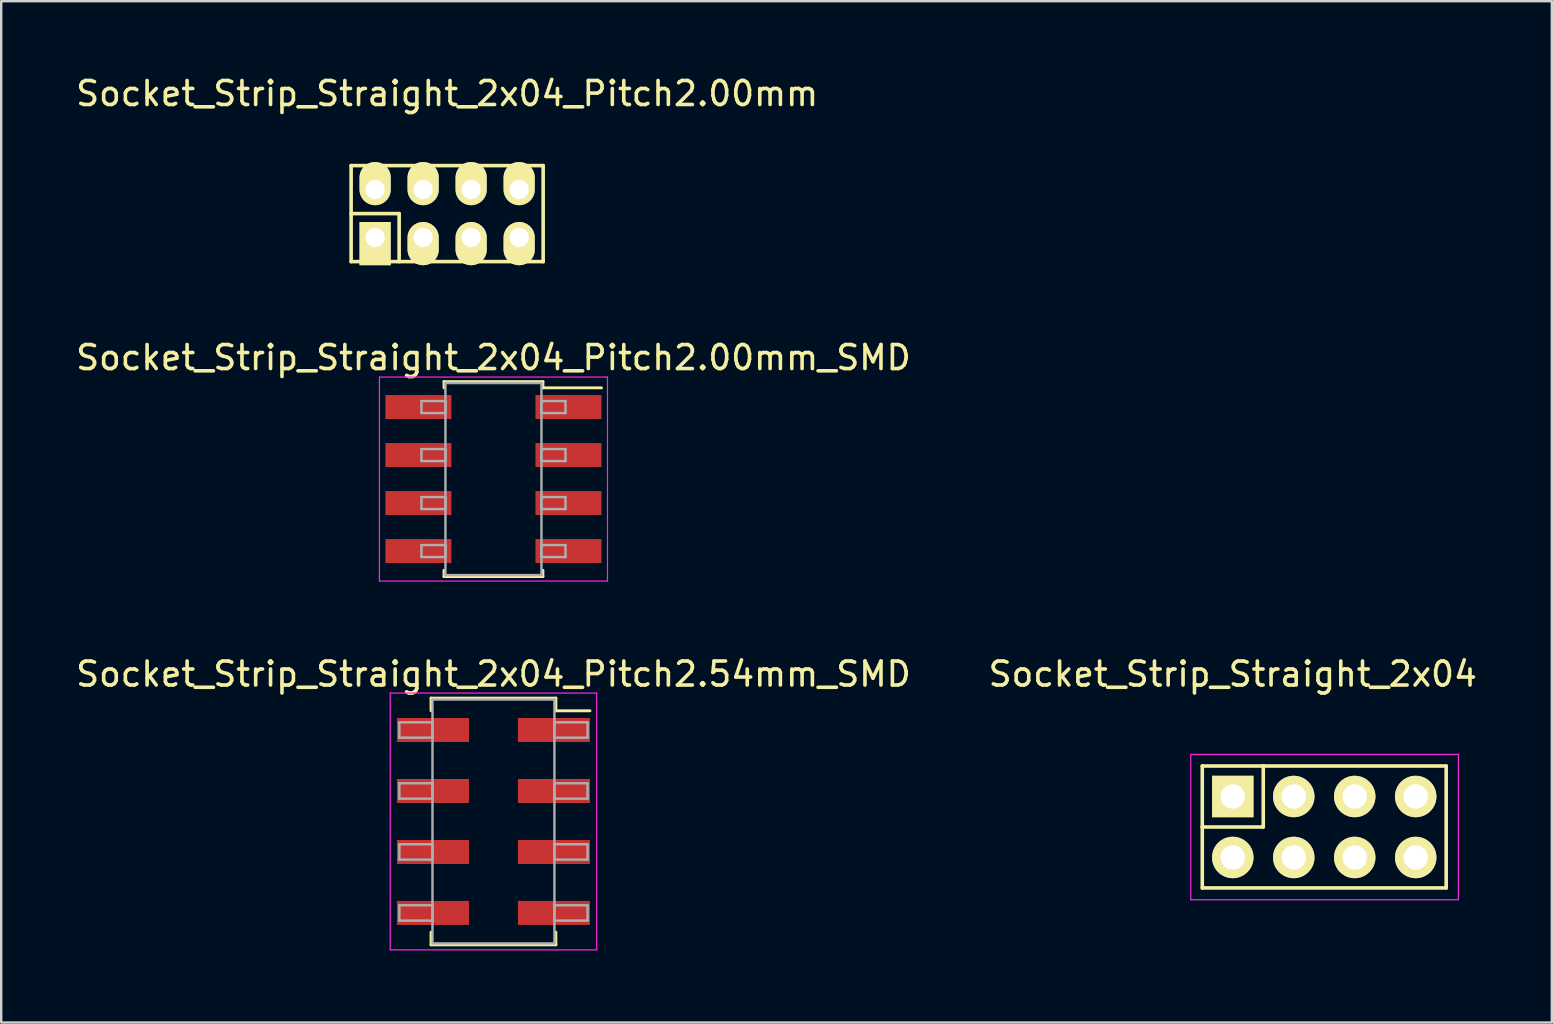
<source format=kicad_pcb>
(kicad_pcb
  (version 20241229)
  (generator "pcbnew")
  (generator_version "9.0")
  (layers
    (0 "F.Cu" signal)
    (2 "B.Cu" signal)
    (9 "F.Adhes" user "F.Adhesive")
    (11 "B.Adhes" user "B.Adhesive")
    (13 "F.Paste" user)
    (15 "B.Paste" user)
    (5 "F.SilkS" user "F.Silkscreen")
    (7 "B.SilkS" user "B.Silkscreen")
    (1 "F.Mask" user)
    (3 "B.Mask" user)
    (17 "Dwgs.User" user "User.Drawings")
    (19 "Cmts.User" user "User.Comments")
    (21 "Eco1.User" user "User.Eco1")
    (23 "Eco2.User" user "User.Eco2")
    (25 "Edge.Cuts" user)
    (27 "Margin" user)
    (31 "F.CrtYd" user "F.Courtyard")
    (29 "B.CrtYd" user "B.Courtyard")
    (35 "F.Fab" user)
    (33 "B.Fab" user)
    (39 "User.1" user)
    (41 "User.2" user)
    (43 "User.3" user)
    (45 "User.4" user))
  (footprint "Socket_Strip_Straight_2x04"
    (layer "F.Cu")
    (at 48.304 30.13)
    (property "Reference" "Socket_Strip_Straight_2x04" (at 0 -5.1 0) (layer "F.SilkS") (effects (font (size 1 1) (thickness 0.15))))
    (attr through_hole)
    (fp_line (start -1.27 -1.27) (end -1.27 1.27) (stroke (width 0.15) (type solid)) (layer "F.SilkS"))
    (fp_line (start -1.27 -1.27) (end 1.27 -1.27) (stroke (width 0.15) (type solid)) (layer "F.SilkS"))
    (fp_line (start -1.27 1.27) (end 1.27 1.27) (stroke (width 0.15) (type solid)) (layer "F.SilkS"))
    (fp_line (start -1.27 3.81) (end -1.27 1.27) (stroke (width 0.15) (type solid)) (layer "F.SilkS"))
    (fp_line (start 1.27 -1.27) (end 8.89 -1.27) (stroke (width 0.15) (type solid)) (layer "F.SilkS"))
    (fp_line (start 1.27 1.27) (end 1.27 -1.27) (stroke (width 0.15) (type solid)) (layer "F.SilkS"))
    (fp_line (start 8.89 -1.27) (end 8.89 3.81) (stroke (width 0.15) (type solid)) (layer "F.SilkS"))
    (fp_line (start 8.89 3.81) (end -1.27 3.81) (stroke (width 0.15) (type solid)) (layer "F.SilkS"))
    (fp_line (start -1.75 -1.75) (end -1.75 4.3) (stroke (width 0.05) (type solid)) (layer "F.CrtYd"))
    (fp_line (start -1.75 -1.75) (end 9.4 -1.75) (stroke (width 0.05) (type solid)) (layer "F.CrtYd"))
    (fp_line (start -1.75 4.3) (end 9.4 4.3) (stroke (width 0.05) (type solid)) (layer "F.CrtYd"))
    (fp_line (start 9.4 -1.75) (end 9.4 4.3) (stroke (width 0.05) (type solid)) (layer "F.CrtYd"))
    (pad "1" thru_hole rect (at 0 0) (size 1.727 1.727) (drill 1.016) (layers "*.Cu" "*.Mask" "F.SilkS"))
    (pad "2" thru_hole oval (at 0 2.54) (size 1.727 1.727) (drill 1.016) (layers "*.Cu" "*.Mask" "F.SilkS"))
    (pad "3" thru_hole oval (at 2.54 0) (size 1.727 1.727) (drill 1.016) (layers "*.Cu" "*.Mask" "F.SilkS"))
    (pad "4" thru_hole oval (at 2.54 2.54) (size 1.727 1.727) (drill 1.016) (layers "*.Cu" "*.Mask" "F.SilkS"))
    (pad "5" thru_hole oval (at 5.08 0) (size 1.727 1.727) (drill 1.016) (layers "*.Cu" "*.Mask" "F.SilkS"))
    (pad "6" thru_hole oval (at 5.08 2.54) (size 1.727 1.727) (drill 1.016) (layers "*.Cu" "*.Mask" "F.SilkS"))
    (pad "7" thru_hole oval (at 7.62 0) (size 1.727 1.727) (drill 1.016) (layers "*.Cu" "*.Mask" "F.SilkS"))
    (pad "8" thru_hole oval (at 7.62 2.54) (size 1.727 1.727) (drill 1.016) (layers "*.Cu" "*.Mask" "F.SilkS")))
  (footprint "Socket_Strip_Straight_2x04_Pitch2.54mm_SMD"
    (layer "F.Cu")
    (at 17.506 31.17)
    (property "Reference" "Socket_Strip_Straight_2x04_Pitch2.54mm_SMD" (at 0 -6.14 0) (layer "F.SilkS") (effects (font (size 1 1) (thickness 0.15))))
    (attr smd)
    (fp_line (start -2.6 -5.14) (end 2.6 -5.14) (stroke (width 0.12) (type solid)) (layer "F.SilkS"))
    (fp_line (start -2.6 -4.61) (end -2.6 -5.14) (stroke (width 0.12) (type solid)) (layer "F.SilkS"))
    (fp_line (start -2.6 4.61) (end -2.6 5.14) (stroke (width 0.12) (type solid)) (layer "F.SilkS"))
    (fp_line (start -2.6 5.14) (end 2.6 5.14) (stroke (width 0.12) (type solid)) (layer "F.SilkS"))
    (fp_line (start 2.6 -5.14) (end 2.6 -4.61) (stroke (width 0.12) (type solid)) (layer "F.SilkS"))
    (fp_line (start 2.6 5.14) (end 2.6 4.61) (stroke (width 0.12) (type solid)) (layer "F.SilkS"))
    (fp_line (start 4.02 -4.61) (end 2.6 -4.61) (stroke (width 0.12) (type solid)) (layer "F.SilkS"))
    (fp_line (start -4.3 -5.35) (end -4.3 5.35) (stroke (width 0.05) (type solid)) (layer "F.CrtYd"))
    (fp_line (start -4.3 5.35) (end 4.3 5.35) (stroke (width 0.05) (type solid)) (layer "F.CrtYd"))
    (fp_line (start 4.3 -5.35) (end -4.3 -5.35) (stroke (width 0.05) (type solid)) (layer "F.CrtYd"))
    (fp_line (start 4.3 5.35) (end 4.3 -5.35) (stroke (width 0.05) (type solid)) (layer "F.CrtYd"))
    (fp_line (start -3.92 -4.13) (end -2.54 -4.13) (stroke (width 0.1) (type solid)) (layer "F.Fab"))
    (fp_line (start -3.92 -3.49) (end -3.92 -4.13) (stroke (width 0.1) (type solid)) (layer "F.Fab"))
    (fp_line (start -3.92 -1.59) (end -2.54 -1.59) (stroke (width 0.1) (type solid)) (layer "F.Fab"))
    (fp_line (start -3.92 -0.95) (end -3.92 -1.59) (stroke (width 0.1) (type solid)) (layer "F.Fab"))
    (fp_line (start -3.92 0.95) (end -2.54 0.95) (stroke (width 0.1) (type solid)) (layer "F.Fab"))
    (fp_line (start -3.92 1.59) (end -3.92 0.95) (stroke (width 0.1) (type solid)) (layer "F.Fab"))
    (fp_line (start -3.92 3.49) (end -2.54 3.49) (stroke (width 0.1) (type solid)) (layer "F.Fab"))
    (fp_line (start -3.92 4.13) (end -3.92 3.49) (stroke (width 0.1) (type solid)) (layer "F.Fab"))
    (fp_line (start -2.54 -5.08) (end -2.54 5.08) (stroke (width 0.1) (type solid)) (layer "F.Fab"))
    (fp_line (start -2.54 -4.13) (end -2.54 -3.49) (stroke (width 0.1) (type solid)) (layer "F.Fab"))
    (fp_line (start -2.54 -3.49) (end -3.92 -3.49) (stroke (width 0.1) (type solid)) (layer "F.Fab"))
    (fp_line (start -2.54 -1.59) (end -2.54 -0.95) (stroke (width 0.1) (type solid)) (layer "F.Fab"))
    (fp_line (start -2.54 -0.95) (end -3.92 -0.95) (stroke (width 0.1) (type solid)) (layer "F.Fab"))
    (fp_line (start -2.54 0.95) (end -2.54 1.59) (stroke (width 0.1) (type solid)) (layer "F.Fab"))
    (fp_line (start -2.54 1.59) (end -3.92 1.59) (stroke (width 0.1) (type solid)) (layer "F.Fab"))
    (fp_line (start -2.54 3.49) (end -2.54 4.13) (stroke (width 0.1) (type solid)) (layer "F.Fab"))
    (fp_line (start -2.54 4.13) (end -3.92 4.13) (stroke (width 0.1) (type solid)) (layer "F.Fab"))
    (fp_line (start -2.54 5.08) (end 2.54 5.08) (stroke (width 0.1) (type solid)) (layer "F.Fab"))
    (fp_line (start 2.54 -5.08) (end -2.54 -5.08) (stroke (width 0.1) (type solid)) (layer "F.Fab"))
    (fp_line (start 2.54 -4.13) (end 2.54 -3.49) (stroke (width 0.1) (type solid)) (layer "F.Fab"))
    (fp_line (start 2.54 -3.49) (end 3.92 -3.49) (stroke (width 0.1) (type solid)) (layer "F.Fab"))
    (fp_line (start 2.54 -1.59) (end 2.54 -0.95) (stroke (width 0.1) (type solid)) (layer "F.Fab"))
    (fp_line (start 2.54 -0.95) (end 3.92 -0.95) (stroke (width 0.1) (type solid)) (layer "F.Fab"))
    (fp_line (start 2.54 0.95) (end 2.54 1.59) (stroke (width 0.1) (type solid)) (layer "F.Fab"))
    (fp_line (start 2.54 1.59) (end 3.92 1.59) (stroke (width 0.1) (type solid)) (layer "F.Fab"))
    (fp_line (start 2.54 3.49) (end 2.54 4.13) (stroke (width 0.1) (type solid)) (layer "F.Fab"))
    (fp_line (start 2.54 4.13) (end 3.92 4.13) (stroke (width 0.1) (type solid)) (layer "F.Fab"))
    (fp_line (start 2.54 5.08) (end 2.54 -5.08) (stroke (width 0.1) (type solid)) (layer "F.Fab"))
    (fp_line (start 3.92 -4.13) (end 2.54 -4.13) (stroke (width 0.1) (type solid)) (layer "F.Fab"))
    (fp_line (start 3.92 -3.49) (end 3.92 -4.13) (stroke (width 0.1) (type solid)) (layer "F.Fab"))
    (fp_line (start 3.92 -1.59) (end 2.54 -1.59) (stroke (width 0.1) (type solid)) (layer "F.Fab"))
    (fp_line (start 3.92 -0.95) (end 3.92 -1.59) (stroke (width 0.1) (type solid)) (layer "F.Fab"))
    (fp_line (start 3.92 0.95) (end 2.54 0.95) (stroke (width 0.1) (type solid)) (layer "F.Fab"))
    (fp_line (start 3.92 1.59) (end 3.92 0.95) (stroke (width 0.1) (type solid)) (layer "F.Fab"))
    (fp_line (start 3.92 3.49) (end 2.54 3.49) (stroke (width 0.1) (type solid)) (layer "F.Fab"))
    (fp_line (start 3.92 4.13) (end 3.92 3.49) (stroke (width 0.1) (type solid)) (layer "F.Fab"))
    (pad "1" smd rect (at 2.52 -3.81) (size 3 1) (layers "F.Cu" "F.Mask"))
    (pad "2" smd rect (at -2.52 -3.81) (size 3 1) (layers "F.Cu" "F.Mask"))
    (pad "3" smd rect (at 2.52 -1.27) (size 3 1) (layers "F.Cu" "F.Mask"))
    (pad "4" smd rect (at -2.52 -1.27) (size 3 1) (layers "F.Cu" "F.Mask"))
    (pad "5" smd rect (at 2.52 1.27) (size 3 1) (layers "F.Cu" "F.Mask"))
    (pad "6" smd rect (at -2.52 1.27) (size 3 1) (layers "F.Cu" "F.Mask"))
    (pad "7" smd rect (at 2.52 3.81) (size 3 1) (layers "F.Cu" "F.Mask"))
    (pad "8" smd rect (at -2.52 3.81) (size 3 1) (layers "F.Cu" "F.Mask")))
  (footprint "Socket_Strip_Straight_2x04_Pitch2.00mm_SMD"
    (layer "F.Cu")
    (at 17.506 16.907)
    (property "Reference" "Socket_Strip_Straight_2x04_Pitch2.00mm_SMD" (at 0 -5.06 0) (layer "F.SilkS") (effects (font (size 1 1) (thickness 0.15))))
    (attr smd)
    (fp_line (start -2.06 -4.06) (end 2.06 -4.06) (stroke (width 0.12) (type solid)) (layer "F.SilkS"))
    (fp_line (start -2.06 -3.8) (end -2.06 -4.06) (stroke (width 0.12) (type solid)) (layer "F.SilkS"))
    (fp_line (start -2.06 3.8) (end -2.06 4.06) (stroke (width 0.12) (type solid)) (layer "F.SilkS"))
    (fp_line (start -2.06 4.06) (end 2.06 4.06) (stroke (width 0.12) (type solid)) (layer "F.SilkS"))
    (fp_line (start 2.06 -4.06) (end 2.06 -3.8) (stroke (width 0.12) (type solid)) (layer "F.SilkS"))
    (fp_line (start 2.06 4.06) (end 2.06 3.8) (stroke (width 0.12) (type solid)) (layer "F.SilkS"))
    (fp_line (start 4.5 -3.8) (end 2.06 -3.8) (stroke (width 0.12) (type solid)) (layer "F.SilkS"))
    (fp_line (start -4.75 -4.25) (end -4.75 4.25) (stroke (width 0.05) (type solid)) (layer "F.CrtYd"))
    (fp_line (start -4.75 4.25) (end 4.75 4.25) (stroke (width 0.05) (type solid)) (layer "F.CrtYd"))
    (fp_line (start 4.75 -4.25) (end -4.75 -4.25) (stroke (width 0.05) (type solid)) (layer "F.CrtYd"))
    (fp_line (start 4.75 4.25) (end 4.75 -4.25) (stroke (width 0.05) (type solid)) (layer "F.CrtYd"))
    (fp_line (start -3 -3.25) (end -2 -3.25) (stroke (width 0.1) (type solid)) (layer "F.Fab"))
    (fp_line (start -3 -2.75) (end -3 -3.25) (stroke (width 0.1) (type solid)) (layer "F.Fab"))
    (fp_line (start -3 -1.25) (end -2 -1.25) (stroke (width 0.1) (type solid)) (layer "F.Fab"))
    (fp_line (start -3 -0.75) (end -3 -1.25) (stroke (width 0.1) (type solid)) (layer "F.Fab"))
    (fp_line (start -3 0.75) (end -2 0.75) (stroke (width 0.1) (type solid)) (layer "F.Fab"))
    (fp_line (start -3 1.25) (end -3 0.75) (stroke (width 0.1) (type solid)) (layer "F.Fab"))
    (fp_line (start -3 2.75) (end -2 2.75) (stroke (width 0.1) (type solid)) (layer "F.Fab"))
    (fp_line (start -3 3.25) (end -3 2.75) (stroke (width 0.1) (type solid)) (layer "F.Fab"))
    (fp_line (start -2 -4) (end -2 4) (stroke (width 0.1) (type solid)) (layer "F.Fab"))
    (fp_line (start -2 -3.25) (end -2 -2.75) (stroke (width 0.1) (type solid)) (layer "F.Fab"))
    (fp_line (start -2 -2.75) (end -3 -2.75) (stroke (width 0.1) (type solid)) (layer "F.Fab"))
    (fp_line (start -2 -1.25) (end -2 -0.75) (stroke (width 0.1) (type solid)) (layer "F.Fab"))
    (fp_line (start -2 -0.75) (end -3 -0.75) (stroke (width 0.1) (type solid)) (layer "F.Fab"))
    (fp_line (start -2 0.75) (end -2 1.25) (stroke (width 0.1) (type solid)) (layer "F.Fab"))
    (fp_line (start -2 1.25) (end -3 1.25) (stroke (width 0.1) (type solid)) (layer "F.Fab"))
    (fp_line (start -2 2.75) (end -2 3.25) (stroke (width 0.1) (type solid)) (layer "F.Fab"))
    (fp_line (start -2 3.25) (end -3 3.25) (stroke (width 0.1) (type solid)) (layer "F.Fab"))
    (fp_line (start -2 4) (end 2 4) (stroke (width 0.1) (type solid)) (layer "F.Fab"))
    (fp_line (start 2 -4) (end -2 -4) (stroke (width 0.1) (type solid)) (layer "F.Fab"))
    (fp_line (start 2 -3.25) (end 2 -2.75) (stroke (width 0.1) (type solid)) (layer "F.Fab"))
    (fp_line (start 2 -2.75) (end 3 -2.75) (stroke (width 0.1) (type solid)) (layer "F.Fab"))
    (fp_line (start 2 -1.25) (end 2 -0.75) (stroke (width 0.1) (type solid)) (layer "F.Fab"))
    (fp_line (start 2 -0.75) (end 3 -0.75) (stroke (width 0.1) (type solid)) (layer "F.Fab"))
    (fp_line (start 2 0.75) (end 2 1.25) (stroke (width 0.1) (type solid)) (layer "F.Fab"))
    (fp_line (start 2 1.25) (end 3 1.25) (stroke (width 0.1) (type solid)) (layer "F.Fab"))
    (fp_line (start 2 2.75) (end 2 3.25) (stroke (width 0.1) (type solid)) (layer "F.Fab"))
    (fp_line (start 2 3.25) (end 3 3.25) (stroke (width 0.1) (type solid)) (layer "F.Fab"))
    (fp_line (start 2 4) (end 2 -4) (stroke (width 0.1) (type solid)) (layer "F.Fab"))
    (fp_line (start 3 -3.25) (end 2 -3.25) (stroke (width 0.1) (type solid)) (layer "F.Fab"))
    (fp_line (start 3 -2.75) (end 3 -3.25) (stroke (width 0.1) (type solid)) (layer "F.Fab"))
    (fp_line (start 3 -1.25) (end 2 -1.25) (stroke (width 0.1) (type solid)) (layer "F.Fab"))
    (fp_line (start 3 -0.75) (end 3 -1.25) (stroke (width 0.1) (type solid)) (layer "F.Fab"))
    (fp_line (start 3 0.75) (end 2 0.75) (stroke (width 0.1) (type solid)) (layer "F.Fab"))
    (fp_line (start 3 1.25) (end 3 0.75) (stroke (width 0.1) (type solid)) (layer "F.Fab"))
    (fp_line (start 3 2.75) (end 2 2.75) (stroke (width 0.1) (type solid)) (layer "F.Fab"))
    (fp_line (start 3 3.25) (end 3 2.75) (stroke (width 0.1) (type solid)) (layer "F.Fab"))
    (pad "1" smd rect (at 3.125 -3) (size 2.75 1) (layers "F.Cu" "F.Mask"))
    (pad "2" smd rect (at -3.125 -3) (size 2.75 1) (layers "F.Cu" "F.Mask"))
    (pad "3" smd rect (at 3.125 -1) (size 2.75 1) (layers "F.Cu" "F.Mask"))
    (pad "4" smd rect (at -3.125 -1) (size 2.75 1) (layers "F.Cu" "F.Mask"))
    (pad "5" smd rect (at 3.125 1) (size 2.75 1) (layers "F.Cu" "F.Mask"))
    (pad "6" smd rect (at -3.125 1) (size 2.75 1) (layers "F.Cu" "F.Mask"))
    (pad "7" smd rect (at 3.125 3) (size 2.75 1) (layers "F.Cu" "F.Mask"))
    (pad "8" smd rect (at -3.125 3) (size 2.75 1) (layers "F.Cu" "F.Mask")))
  (footprint "Socket_Strip_Straight_2x04_Pitch2.00mm"
    (layer "F.Cu")
    (at 15.577 5.848)
    (property "Reference" "Socket_Strip_Straight_2x04_Pitch2.00mm" (at 0 -5 0) (layer "F.SilkS") (effects (font (size 1 1) (thickness 0.15))))
    (attr through_hole)
    (fp_line (start -4 -2) (end 4 -2) (stroke (width 0.15) (type solid)) (layer "F.SilkS"))
    (fp_line (start -4 0) (end -2 0) (stroke (width 0.15) (type solid)) (layer "F.SilkS"))
    (fp_line (start -4 2) (end -4 -2) (stroke (width 0.15) (type solid)) (layer "F.SilkS"))
    (fp_line (start -2 0) (end -2 2) (stroke (width 0.15) (type solid)) (layer "F.SilkS"))
    (fp_line (start 4 -2) (end 4 2) (stroke (width 0.15) (type solid)) (layer "F.SilkS"))
    (fp_line (start 4 2) (end -4 2) (stroke (width 0.15) (type solid)) (layer "F.SilkS"))
    (pad "1" thru_hole rect (at -3 1) (size 1.3 1.8) (drill 0.8 (offset 0 0.25)) (layers "*.Cu" "*.Mask" "F.SilkS"))
    (pad "2" thru_hole oval (at -3 -1) (size 1.3 1.8) (drill 0.8 (offset 0 -0.25)) (layers "*.Cu" "*.Mask" "F.SilkS"))
    (pad "3" thru_hole oval (at -1 1) (size 1.3 1.8) (drill 0.8 (offset 0 0.25)) (layers "*.Cu" "*.Mask" "F.SilkS"))
    (pad "4" thru_hole oval (at -1 -1) (size 1.3 1.8) (drill 0.8 (offset 0 -0.25)) (layers "*.Cu" "*.Mask" "F.SilkS"))
    (pad "5" thru_hole oval (at 1 1) (size 1.3 1.8) (drill 0.8 (offset 0 0.25)) (layers "*.Cu" "*.Mask" "F.SilkS"))
    (pad "6" thru_hole oval (at 1 -1) (size 1.3 1.8) (drill 0.8 (offset 0 -0.25)) (layers "*.Cu" "*.Mask" "F.SilkS"))
    (pad "7" thru_hole oval (at 3 1) (size 1.3 1.8) (drill 0.8 (offset 0 0.25)) (layers "*.Cu" "*.Mask" "F.SilkS"))
    (pad "8" thru_hole oval (at 3 -1) (size 1.3 1.8) (drill 0.8 (offset 0 -0.25)) (layers "*.Cu" "*.Mask" "F.SilkS")))
  (gr_rect
    (start -3 -3)
    (end 61.595 39.545)
    (stroke (width 0.1) (type default))
    (fill no)
    (layer "Edge.Cuts")))
</source>
